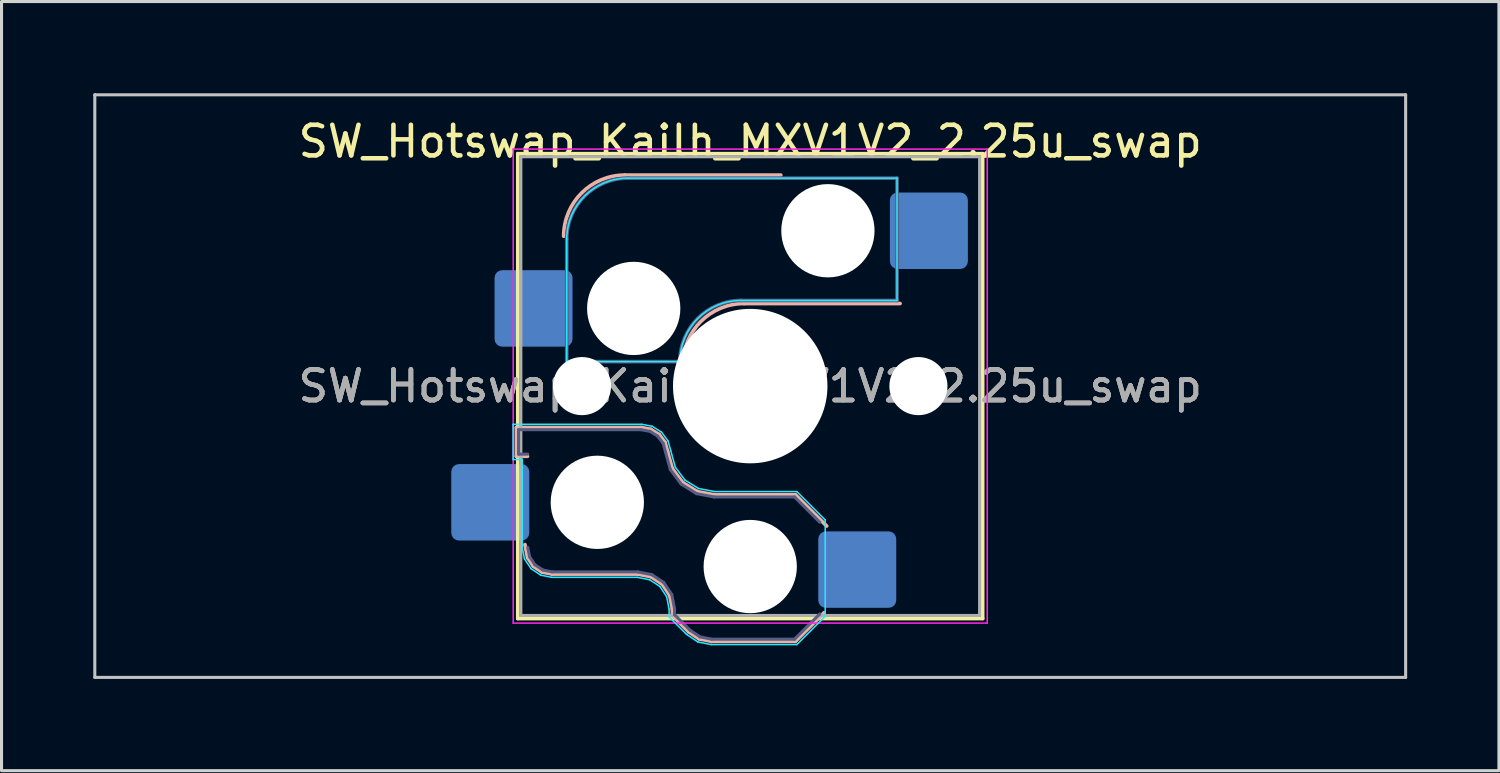
<source format=kicad_pcb>
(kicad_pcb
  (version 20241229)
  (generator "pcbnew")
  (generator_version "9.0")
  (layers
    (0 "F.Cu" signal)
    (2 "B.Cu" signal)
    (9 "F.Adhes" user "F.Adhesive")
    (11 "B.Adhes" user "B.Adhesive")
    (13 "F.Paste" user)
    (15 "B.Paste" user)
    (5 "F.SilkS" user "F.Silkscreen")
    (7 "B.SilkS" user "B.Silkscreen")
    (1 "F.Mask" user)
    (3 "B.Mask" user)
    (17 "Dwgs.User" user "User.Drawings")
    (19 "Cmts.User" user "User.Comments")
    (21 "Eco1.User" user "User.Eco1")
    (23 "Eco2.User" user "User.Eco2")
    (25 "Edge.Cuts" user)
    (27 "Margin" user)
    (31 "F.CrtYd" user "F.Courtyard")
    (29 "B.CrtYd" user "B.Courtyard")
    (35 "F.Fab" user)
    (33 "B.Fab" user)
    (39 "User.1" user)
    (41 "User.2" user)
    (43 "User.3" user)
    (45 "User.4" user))
  (footprint "SW_Hotswap_Kailh_MXV1V2_2.25u_swap"
    (layer "F.Cu")
    (at 21.481 9.575)
    (property "Reference" "SW_Hotswap_Kailh_MXV1V2_2.25u_swap" (at 0 -8 0) (layer "F.SilkS") (effects (font (size 1 1) (thickness 0.15))))
    (attr smd)
    (fp_line (start -7.6 -7.6) (end -7.6 7.6) (stroke (width 0.12) (type solid)) (layer "F.SilkS"))
    (fp_line (start -7.6 7.6) (end 7.6 7.6) (stroke (width 0.12) (type solid)) (layer "F.SilkS"))
    (fp_line (start 7.6 -7.6) (end -7.6 -7.6) (stroke (width 0.12) (type solid)) (layer "F.SilkS"))
    (fp_line (start 7.6 7.6) (end 7.6 -7.6) (stroke (width 0.12) (type solid)) (layer "F.SilkS"))
    (fp_line (start -7.646 1.354) (end -3.56 1.354) (stroke (width 0.12) (type solid)) (layer "B.SilkS"))
    (fp_line (start -7.646 2.296) (end -7.646 1.354) (stroke (width 0.12) (type solid)) (layer "B.SilkS"))
    (fp_line (start -7.283 2.296) (end -7.646 2.296) (stroke (width 0.12) (type solid)) (layer "B.SilkS"))
    (fp_line (start -7.281 5.609) (end -7.366 5.182) (stroke (width 0.12) (type solid)) (layer "B.SilkS"))
    (fp_line (start -7.092 5.892) (end -7.281 5.609) (stroke (width 0.12) (type solid)) (layer "B.SilkS"))
    (fp_line (start -6.809 6.081) (end -7.092 5.892) (stroke (width 0.12) (type solid)) (layer "B.SilkS"))
    (fp_line (start -6.482 6.146) (end -6.809 6.081) (stroke (width 0.12) (type solid)) (layer "B.SilkS"))
    (fp_line (start -4.1 -6.9) (end 1 -6.9) (stroke (width 0.12) (type solid)) (layer "B.SilkS"))
    (fp_line (start -3.682 6.146) (end -6.482 6.146) (stroke (width 0.12) (type solid)) (layer "B.SilkS"))
    (fp_line (start -3.56 1.354) (end -3.25 1.413) (stroke (width 0.12) (type solid)) (layer "B.SilkS"))
    (fp_line (start -3.25 1.413) (end -2.976 1.583) (stroke (width 0.12) (type solid)) (layer "B.SilkS"))
    (fp_line (start -3.244 6.233) (end -3.682 6.146) (stroke (width 0.12) (type solid)) (layer "B.SilkS"))
    (fp_line (start -2.976 1.583) (end -2.783 1.841) (stroke (width 0.12) (type solid)) (layer "B.SilkS"))
    (fp_line (start -2.877 6.477) (end -3.244 6.233) (stroke (width 0.12) (type solid)) (layer "B.SilkS"))
    (fp_line (start -2.783 1.841) (end -2.701 2.139) (stroke (width 0.12) (type solid)) (layer "B.SilkS"))
    (fp_line (start -2.701 2.139) (end -2.547 2.697) (stroke (width 0.12) (type solid)) (layer "B.SilkS"))
    (fp_line (start -2.633 6.844) (end -2.877 6.477) (stroke (width 0.12) (type solid)) (layer "B.SilkS"))
    (fp_line (start -2.547 2.697) (end -2.209 3.15) (stroke (width 0.12) (type solid)) (layer "B.SilkS"))
    (fp_line (start -2.546 7.282) (end -2.633 6.844) (stroke (width 0.12) (type solid)) (layer "B.SilkS"))
    (fp_line (start -2.546 7.504) (end -2.546 7.282) (stroke (width 0.12) (type solid)) (layer "B.SilkS"))
    (fp_line (start -2.209 3.15) (end -1.73 3.449) (stroke (width 0.12) (type solid)) (layer "B.SilkS"))
    (fp_line (start -2.013 8.037) (end -2.546 7.504) (stroke (width 0.12) (type solid)) (layer "B.SilkS"))
    (fp_line (start -1.73 3.449) (end -1.168 3.554) (stroke (width 0.12) (type solid)) (layer "B.SilkS"))
    (fp_line (start -1.671 8.266) (end -2.013 8.037) (stroke (width 0.12) (type solid)) (layer "B.SilkS"))
    (fp_line (start -1.268 8.346) (end -1.671 8.266) (stroke (width 0.12) (type solid)) (layer "B.SilkS"))
    (fp_line (start -1.168 3.554) (end 1.479 3.554) (stroke (width 0.12) (type solid)) (layer "B.SilkS"))
    (fp_line (start -0.2 -2.7) (end 4.9 -2.7) (stroke (width 0.12) (type solid)) (layer "B.SilkS"))
    (fp_line (start 1.479 3.554) (end 2.5 4.575) (stroke (width 0.12) (type solid)) (layer "B.SilkS"))
    (fp_line (start 1.479 8.346) (end -1.268 8.346) (stroke (width 0.12) (type solid)) (layer "B.SilkS"))
    (fp_line (start 2.416 7.409) (end 1.479 8.346) (stroke (width 0.12) (type solid)) (layer "B.SilkS"))
    (fp_arc (start -6.1 -4.9) (mid -5.514214 -6.314214) (end -4.1 -6.9) (stroke (width 0.12) (type solid)) (layer "B.SilkS"))
    (fp_arc (start -2.2 -0.7) (mid -1.614214 -2.114214) (end -0.2 -2.7) (stroke (width 0.12) (type solid)) (layer "B.SilkS"))
    (fp_line (start -21.431 -9.525) (end -21.431 9.525) (stroke (width 0.1) (type solid)) (layer "Dwgs.User"))
    (fp_line (start -21.431 9.525) (end 21.431 9.525) (stroke (width 0.1) (type solid)) (layer "Dwgs.User"))
    (fp_line (start 21.431 -9.525) (end -21.431 -9.525) (stroke (width 0.1) (type solid)) (layer "Dwgs.User"))
    (fp_line (start 21.431 9.525) (end 21.431 -9.525) (stroke (width 0.1) (type solid)) (layer "Dwgs.User"))
    (fp_line (start -7.752 1.248) (end -3.55 1.248) (stroke (width 0.05) (type solid)) (layer "B.CrtYd"))
    (fp_line (start -7.752 2.402) (end -7.752 1.248) (stroke (width 0.05) (type solid)) (layer "B.CrtYd"))
    (fp_line (start -7.452 2.402) (end -7.752 2.402) (stroke (width 0.05) (type solid)) (layer "B.CrtYd"))
    (fp_line (start -7.452 5.292) (end -7.452 2.402) (stroke (width 0.05) (type solid)) (layer "B.CrtYd"))
    (fp_line (start -7.381 5.65) (end -7.452 5.292) (stroke (width 0.05) (type solid)) (layer "B.CrtYd"))
    (fp_line (start -7.168 5.968) (end -7.381 5.65) (stroke (width 0.05) (type solid)) (layer "B.CrtYd"))
    (fp_line (start -6.85 6.181) (end -7.168 5.968) (stroke (width 0.05) (type solid)) (layer "B.CrtYd"))
    (fp_line (start -6.492 6.252) (end -6.85 6.181) (stroke (width 0.05) (type solid)) (layer "B.CrtYd"))
    (fp_line (start -6 -0.8) (end -6 -4.8) (stroke (width 0.05) (type solid)) (layer "B.CrtYd"))
    (fp_line (start -6 -0.8) (end -2.3 -0.8) (stroke (width 0.05) (type solid)) (layer "B.CrtYd"))
    (fp_line (start -4 -6.8) (end 4.8 -6.8) (stroke (width 0.05) (type solid)) (layer "B.CrtYd"))
    (fp_line (start -3.692 6.252) (end -6.492 6.252) (stroke (width 0.05) (type solid)) (layer "B.CrtYd"))
    (fp_line (start -3.55 1.248) (end -3.211 1.312) (stroke (width 0.05) (type solid)) (layer "B.CrtYd"))
    (fp_line (start -3.285 6.333) (end -3.692 6.252) (stroke (width 0.05) (type solid)) (layer "B.CrtYd"))
    (fp_line (start -3.211 1.312) (end -2.903 1.503) (stroke (width 0.05) (type solid)) (layer "B.CrtYd"))
    (fp_line (start -2.953 6.553) (end -3.285 6.333) (stroke (width 0.05) (type solid)) (layer "B.CrtYd"))
    (fp_line (start -2.903 1.503) (end -2.687 1.794) (stroke (width 0.05) (type solid)) (layer "B.CrtYd"))
    (fp_line (start -2.733 6.885) (end -2.953 6.553) (stroke (width 0.05) (type solid)) (layer "B.CrtYd"))
    (fp_line (start -2.687 1.794) (end -2.599 2.111) (stroke (width 0.05) (type solid)) (layer "B.CrtYd"))
    (fp_line (start -2.652 7.292) (end -2.733 6.885) (stroke (width 0.05) (type solid)) (layer "B.CrtYd"))
    (fp_line (start -2.652 7.548) (end -2.652 7.292) (stroke (width 0.05) (type solid)) (layer "B.CrtYd"))
    (fp_line (start -2.599 2.111) (end -2.45 2.65) (stroke (width 0.05) (type solid)) (layer "B.CrtYd"))
    (fp_line (start -2.45 2.65) (end -2.136 3.071) (stroke (width 0.05) (type solid)) (layer "B.CrtYd"))
    (fp_line (start -2.136 3.071) (end -1.691 3.348) (stroke (width 0.05) (type solid)) (layer "B.CrtYd"))
    (fp_line (start -2.081 8.119) (end -2.652 7.548) (stroke (width 0.05) (type solid)) (layer "B.CrtYd"))
    (fp_line (start -1.712 8.366) (end -2.081 8.119) (stroke (width 0.05) (type solid)) (layer "B.CrtYd"))
    (fp_line (start -1.691 3.348) (end -1.159 3.448) (stroke (width 0.05) (type solid)) (layer "B.CrtYd"))
    (fp_line (start -1.278 8.452) (end -1.712 8.366) (stroke (width 0.05) (type solid)) (layer "B.CrtYd"))
    (fp_line (start -1.159 3.448) (end 1.523 3.448) (stroke (width 0.05) (type solid)) (layer "B.CrtYd"))
    (fp_line (start -0.3 -2.8) (end 4.8 -2.8) (stroke (width 0.05) (type solid)) (layer "B.CrtYd"))
    (fp_line (start 1.523 3.448) (end 2.452 4.377) (stroke (width 0.05) (type solid)) (layer "B.CrtYd"))
    (fp_line (start 1.523 8.452) (end -1.278 8.452) (stroke (width 0.05) (type solid)) (layer "B.CrtYd"))
    (fp_line (start 2.452 4.377) (end 2.452 7.523) (stroke (width 0.05) (type solid)) (layer "B.CrtYd"))
    (fp_line (start 2.452 7.523) (end 1.523 8.452) (stroke (width 0.05) (type solid)) (layer "B.CrtYd"))
    (fp_line (start 4.8 -6.8) (end 4.8 -2.8) (stroke (width 0.05) (type solid)) (layer "B.CrtYd"))
    (fp_arc (start -6 -4.8) (mid -5.414214 -6.214214) (end -4 -6.8) (stroke (width 0.05) (type solid)) (layer "B.CrtYd"))
    (fp_arc (start -2.3 -0.8) (mid -1.714214 -2.214214) (end -0.3 -2.8) (stroke (width 0.05) (type solid)) (layer "B.CrtYd"))
    (fp_line (start -7.75 -7.75) (end -7.75 7.75) (stroke (width 0.05) (type solid)) (layer "F.CrtYd"))
    (fp_line (start -7.75 7.75) (end 7.75 7.75) (stroke (width 0.05) (type solid)) (layer "F.CrtYd"))
    (fp_line (start 7.75 -7.75) (end -7.75 -7.75) (stroke (width 0.05) (type solid)) (layer "F.CrtYd"))
    (fp_line (start 7.75 7.75) (end 7.75 -7.75) (stroke (width 0.05) (type solid)) (layer "F.CrtYd"))
    (fp_line (start -7.575 1.425) (end -3.567 1.425) (stroke (width 0.1) (type solid)) (layer "B.Fab"))
    (fp_line (start -7.575 2.225) (end -7.575 1.425) (stroke (width 0.1) (type solid)) (layer "B.Fab"))
    (fp_line (start -7.275 2.225) (end -7.575 2.225) (stroke (width 0.1) (type solid)) (layer "B.Fab"))
    (fp_line (start -7.214 5.581) (end -7.275 5.275) (stroke (width 0.1) (type solid)) (layer "B.Fab"))
    (fp_line (start -7.041 5.841) (end -7.214 5.581) (stroke (width 0.1) (type solid)) (layer "B.Fab"))
    (fp_line (start -6.781 6.014) (end -7.041 5.841) (stroke (width 0.1) (type solid)) (layer "B.Fab"))
    (fp_line (start -6.475 6.075) (end -6.781 6.014) (stroke (width 0.1) (type solid)) (layer "B.Fab"))
    (fp_line (start -6 -0.8) (end -6 -4.8) (stroke (width 0.12) (type solid)) (layer "B.Fab"))
    (fp_line (start -6 -0.8) (end -2.3 -0.8) (stroke (width 0.12) (type solid)) (layer "B.Fab"))
    (fp_line (start -4 -6.8) (end 4.8 -6.8) (stroke (width 0.12) (type solid)) (layer "B.Fab"))
    (fp_line (start -3.675 6.075) (end -6.475 6.075) (stroke (width 0.1) (type solid)) (layer "B.Fab"))
    (fp_line (start -3.567 1.425) (end -3.276 1.48) (stroke (width 0.1) (type solid)) (layer "B.Fab"))
    (fp_line (start -3.276 1.48) (end -3.025 1.636) (stroke (width 0.1) (type solid)) (layer "B.Fab"))
    (fp_line (start -3.216 6.166) (end -3.675 6.075) (stroke (width 0.1) (type solid)) (layer "B.Fab"))
    (fp_line (start -3.025 1.636) (end -2.848 1.873) (stroke (width 0.1) (type solid)) (layer "B.Fab"))
    (fp_line (start -2.848 1.873) (end -2.769 2.158) (stroke (width 0.1) (type solid)) (layer "B.Fab"))
    (fp_line (start -2.826 6.426) (end -3.216 6.166) (stroke (width 0.1) (type solid)) (layer "B.Fab"))
    (fp_line (start -2.769 2.158) (end -2.612 2.729) (stroke (width 0.1) (type solid)) (layer "B.Fab"))
    (fp_line (start -2.612 2.729) (end -2.258 3.203) (stroke (width 0.1) (type solid)) (layer "B.Fab"))
    (fp_line (start -2.566 6.816) (end -2.826 6.426) (stroke (width 0.1) (type solid)) (layer "B.Fab"))
    (fp_line (start -2.475 7.275) (end -2.566 6.816) (stroke (width 0.1) (type solid)) (layer "B.Fab"))
    (fp_line (start -2.475 7.475) (end -2.475 7.275) (stroke (width 0.1) (type solid)) (layer "B.Fab"))
    (fp_line (start -2.258 3.203) (end -1.756 3.516) (stroke (width 0.1) (type solid)) (layer "B.Fab"))
    (fp_line (start -1.968 7.982) (end -2.475 7.475) (stroke (width 0.1) (type solid)) (layer "B.Fab"))
    (fp_line (start -1.756 3.516) (end -1.175 3.625) (stroke (width 0.1) (type solid)) (layer "B.Fab"))
    (fp_line (start -1.643 8.199) (end -1.968 7.982) (stroke (width 0.1) (type solid)) (layer "B.Fab"))
    (fp_line (start -1.261 8.275) (end -1.643 8.199) (stroke (width 0.1) (type solid)) (layer "B.Fab"))
    (fp_line (start -1.175 3.625) (end 1.45 3.625) (stroke (width 0.1) (type solid)) (layer "B.Fab"))
    (fp_line (start -0.3 -2.8) (end 4.8 -2.8) (stroke (width 0.12) (type solid)) (layer "B.Fab"))
    (fp_line (start 1.45 3.625) (end 2.275 4.45) (stroke (width 0.1) (type solid)) (layer "B.Fab"))
    (fp_line (start 1.45 8.275) (end -1.261 8.275) (stroke (width 0.1) (type solid)) (layer "B.Fab"))
    (fp_line (start 2.275 7.45) (end 1.45 8.275) (stroke (width 0.1) (type solid)) (layer "B.Fab"))
    (fp_line (start 4.8 -6.8) (end 4.8 -2.8) (stroke (width 0.12) (type solid)) (layer "B.Fab"))
    (fp_arc (start -6 -4.8) (mid -5.414214 -6.214214) (end -4 -6.8) (stroke (width 0.12) (type solid)) (layer "B.Fab"))
    (fp_arc (start -2.3 -0.8) (mid -1.714214 -2.214214) (end -0.3 -2.8) (stroke (width 0.12) (type solid)) (layer "B.Fab"))
    (fp_line (start -7.5 -7.5) (end -7.5 7.5) (stroke (width 0.1) (type solid)) (layer "F.Fab"))
    (fp_line (start -7.5 7.5) (end 7.5 7.5) (stroke (width 0.1) (type solid)) (layer "F.Fab"))
    (fp_line (start 7.5 -7.5) (end -7.5 -7.5) (stroke (width 0.1) (type solid)) (layer "F.Fab"))
    (fp_line (start 7.5 7.5) (end 7.5 -7.5) (stroke (width 0.1) (type solid)) (layer "F.Fab"))
    (fp_text user "${REFERENCE}" (at 0 0 180) (layer "F.Fab") (effects (font (size 1 1) (thickness 0.15))))
    (fp_text user "${REFERENCE}" (at 0 0 180) (layer "F.Fab") (effects (font (size 1 1) (thickness 0.15))))
    (fp_text user "${REFERENCE}" (at 0 0 0) (layer "F.Fab") (effects (font (size 1 1) (thickness 0.15))))
    (pad "" np_thru_hole circle (at -5.5 0 180) (size 1.9 1.9) (drill 1.9) (layers "*.Cu" "*.Mask"))
    (pad "" np_thru_hole circle (at -5 3.8 180) (size 3.05 3.05) (drill 3.05) (layers "*.Cu" "*.Mask"))
    (pad "" np_thru_hole circle (at -3.81 -2.54) (size 3.05 3.05) (drill 3.05) (layers "*.Cu" "*.Mask"))
    (pad "" np_thru_hole circle (at 0 0 180) (size 5.05 5.05) (drill 5.05) (layers "*.Cu" "*.Mask"))
    (pad "" np_thru_hole circle (at 0 5.9 180) (size 3.05 3.05) (drill 3.05) (layers "*.Cu" "*.Mask"))
    (pad "" np_thru_hole circle (at 2.54 -5.08) (size 3.05 3.05) (drill 3.05) (layers "*.Cu" "*.Mask"))
    (pad "" np_thru_hole circle (at 5.5 0 180) (size 1.9 1.9) (drill 1.9) (layers "*.Cu" "*.Mask"))
    (pad "1" smd roundrect (at -8.5 3.8 180) (size 2.55 2.5) (layers "B.Cu" "B.Mask" "B.Paste") (roundrect_rratio 0.1))
    (pad "1" smd roundrect (at -7.085 -2.54) (size 2.55 2.5) (layers "B.Cu" "B.Mask" "B.Paste") (roundrect_rratio 0.1))
    (pad "2" smd roundrect (at 3.5 6 180) (size 2.55 2.5) (layers "B.Cu" "B.Mask" "B.Paste") (roundrect_rratio 0.1))
    (pad "2" smd roundrect (at 5.842 -5.08) (size 2.55 2.5) (layers "B.Cu" "B.Mask" "B.Paste") (roundrect_rratio 0.1)))
  (gr_rect
    (start -3 -3)
    (end 45.962 22.15)
    (stroke (width 0.1) (type default))
    (fill no)
    (layer "Edge.Cuts")))
</source>
